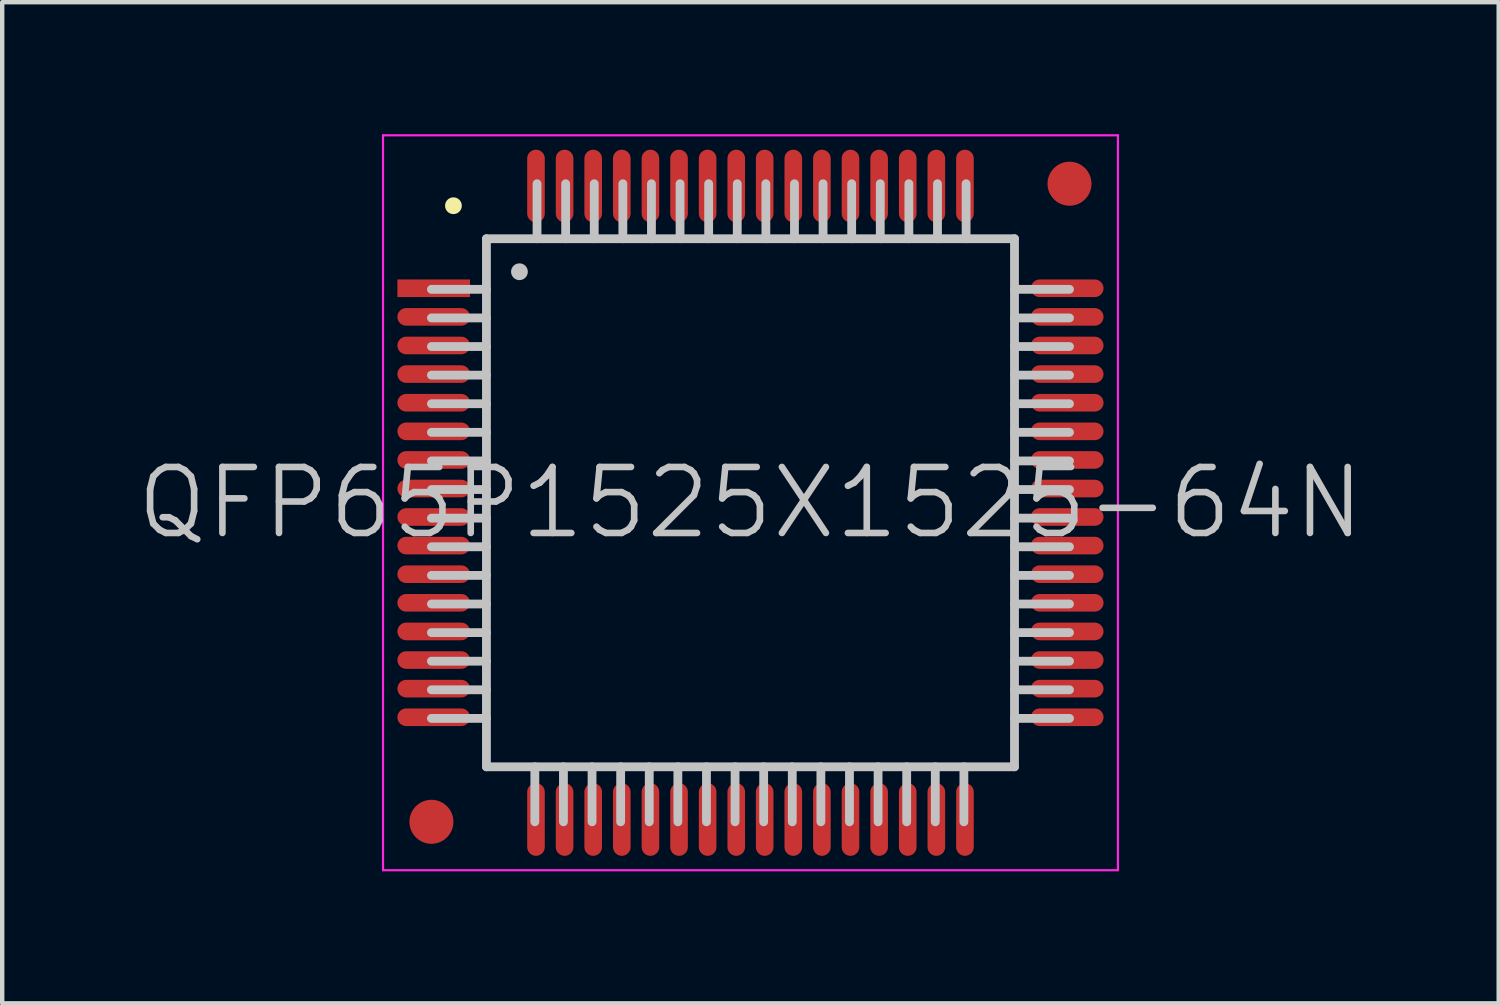
<source format=kicad_pcb>
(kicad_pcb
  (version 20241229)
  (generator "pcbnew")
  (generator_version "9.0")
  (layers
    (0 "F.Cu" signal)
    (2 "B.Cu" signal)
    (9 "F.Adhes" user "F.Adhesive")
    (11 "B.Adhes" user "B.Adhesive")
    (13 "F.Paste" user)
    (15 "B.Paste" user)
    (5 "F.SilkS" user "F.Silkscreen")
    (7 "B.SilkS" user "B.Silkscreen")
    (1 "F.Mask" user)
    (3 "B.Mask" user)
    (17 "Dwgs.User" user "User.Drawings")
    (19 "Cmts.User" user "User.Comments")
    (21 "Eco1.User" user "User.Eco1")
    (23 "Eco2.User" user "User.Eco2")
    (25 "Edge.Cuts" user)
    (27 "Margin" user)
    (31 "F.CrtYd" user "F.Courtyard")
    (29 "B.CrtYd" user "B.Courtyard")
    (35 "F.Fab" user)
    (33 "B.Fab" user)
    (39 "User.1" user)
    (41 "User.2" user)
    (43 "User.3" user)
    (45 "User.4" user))
  (footprint "QFP65P1525X1525-64N"
    (layer "F.Cu")
    (at 14.004 8.375)
    (property "Reference" "QFP65P1525X1525-64N" (at 0 0 0) (layer "Dwgs.User") (effects (font (size 1.5 1.5) (thickness 0.15))))
    (attr smd)
    (fp_line (start -6.75 -6.75) (end -6.75 -6.75) (stroke (width 0.381) (type solid)) (layer "F.SilkS"))
    (fp_line (start -6 -6) (end -6 6) (stroke (width 0.2) (type solid)) (layer "Dwgs.User"))
    (fp_line (start -6 -6) (end 6 -6) (stroke (width 0.2) (type solid)) (layer "Dwgs.User"))
    (fp_line (start -6 -4.85) (end -7.25 -4.85) (stroke (width 0.2) (type solid)) (layer "Dwgs.User"))
    (fp_line (start -6 -4.2) (end -7.25 -4.2) (stroke (width 0.2) (type solid)) (layer "Dwgs.User"))
    (fp_line (start -6 -3.55) (end -7.25 -3.55) (stroke (width 0.2) (type solid)) (layer "Dwgs.User"))
    (fp_line (start -6 -2.9) (end -7.25 -2.9) (stroke (width 0.2) (type solid)) (layer "Dwgs.User"))
    (fp_line (start -6 -2.25) (end -7.25 -2.25) (stroke (width 0.2) (type solid)) (layer "Dwgs.User"))
    (fp_line (start -6 -1.6) (end -7.25 -1.6) (stroke (width 0.2) (type solid)) (layer "Dwgs.User"))
    (fp_line (start -6 -0.95) (end -7.25 -0.95) (stroke (width 0.2) (type solid)) (layer "Dwgs.User"))
    (fp_line (start -6 -0.3) (end -7.25 -0.3) (stroke (width 0.2) (type solid)) (layer "Dwgs.User"))
    (fp_line (start -6 0.35) (end -7.25 0.35) (stroke (width 0.2) (type solid)) (layer "Dwgs.User"))
    (fp_line (start -6 1) (end -7.25 1) (stroke (width 0.2) (type solid)) (layer "Dwgs.User"))
    (fp_line (start -6 1.65) (end -7.25 1.65) (stroke (width 0.2) (type solid)) (layer "Dwgs.User"))
    (fp_line (start -6 2.3) (end -7.25 2.3) (stroke (width 0.2) (type solid)) (layer "Dwgs.User"))
    (fp_line (start -6 2.95) (end -7.25 2.95) (stroke (width 0.2) (type solid)) (layer "Dwgs.User"))
    (fp_line (start -6 3.6) (end -7.25 3.6) (stroke (width 0.2) (type solid)) (layer "Dwgs.User"))
    (fp_line (start -6 4.25) (end -7.25 4.25) (stroke (width 0.2) (type solid)) (layer "Dwgs.User"))
    (fp_line (start -6 4.9) (end -7.25 4.9) (stroke (width 0.2) (type solid)) (layer "Dwgs.User"))
    (fp_line (start -6 6) (end 6 6) (stroke (width 0.2) (type solid)) (layer "Dwgs.User"))
    (fp_line (start -5.25 -5.25) (end -5.25 -5.25) (stroke (width 0.381) (type solid)) (layer "Dwgs.User"))
    (fp_line (start -4.9 6) (end -4.9 7.25) (stroke (width 0.2) (type solid)) (layer "Dwgs.User"))
    (fp_line (start -4.85 -7.25) (end -4.85 -6) (stroke (width 0.2) (type solid)) (layer "Dwgs.User"))
    (fp_line (start -4.25 6) (end -4.25 7.25) (stroke (width 0.2) (type solid)) (layer "Dwgs.User"))
    (fp_line (start -4.2 -7.25) (end -4.2 -6) (stroke (width 0.2) (type solid)) (layer "Dwgs.User"))
    (fp_line (start -3.6 6) (end -3.6 7.25) (stroke (width 0.2) (type solid)) (layer "Dwgs.User"))
    (fp_line (start -3.55 -7.25) (end -3.55 -6) (stroke (width 0.2) (type solid)) (layer "Dwgs.User"))
    (fp_line (start -2.95 6) (end -2.95 7.25) (stroke (width 0.2) (type solid)) (layer "Dwgs.User"))
    (fp_line (start -2.9 -7.25) (end -2.9 -6) (stroke (width 0.2) (type solid)) (layer "Dwgs.User"))
    (fp_line (start -2.3 6) (end -2.3 7.25) (stroke (width 0.2) (type solid)) (layer "Dwgs.User"))
    (fp_line (start -2.25 -7.25) (end -2.25 -6) (stroke (width 0.2) (type solid)) (layer "Dwgs.User"))
    (fp_line (start -1.65 6) (end -1.65 7.25) (stroke (width 0.2) (type solid)) (layer "Dwgs.User"))
    (fp_line (start -1.6 -7.25) (end -1.6 -6) (stroke (width 0.2) (type solid)) (layer "Dwgs.User"))
    (fp_line (start -1 6) (end -1 7.25) (stroke (width 0.2) (type solid)) (layer "Dwgs.User"))
    (fp_line (start -0.95 -7.25) (end -0.95 -6) (stroke (width 0.2) (type solid)) (layer "Dwgs.User"))
    (fp_line (start -0.35 6) (end -0.35 7.25) (stroke (width 0.2) (type solid)) (layer "Dwgs.User"))
    (fp_line (start -0.3 -7.25) (end -0.3 -6) (stroke (width 0.2) (type solid)) (layer "Dwgs.User"))
    (fp_line (start 0.3 6) (end 0.3 7.25) (stroke (width 0.2) (type solid)) (layer "Dwgs.User"))
    (fp_line (start 0.35 -7.25) (end 0.35 -6) (stroke (width 0.2) (type solid)) (layer "Dwgs.User"))
    (fp_line (start 0.95 6) (end 0.95 7.25) (stroke (width 0.2) (type solid)) (layer "Dwgs.User"))
    (fp_line (start 1 -7.25) (end 1 -6) (stroke (width 0.2) (type solid)) (layer "Dwgs.User"))
    (fp_line (start 1.6 6) (end 1.6 7.25) (stroke (width 0.2) (type solid)) (layer "Dwgs.User"))
    (fp_line (start 1.65 -7.25) (end 1.65 -6) (stroke (width 0.2) (type solid)) (layer "Dwgs.User"))
    (fp_line (start 2.25 6) (end 2.25 7.25) (stroke (width 0.2) (type solid)) (layer "Dwgs.User"))
    (fp_line (start 2.3 -7.25) (end 2.3 -6) (stroke (width 0.2) (type solid)) (layer "Dwgs.User"))
    (fp_line (start 2.9 6) (end 2.9 7.25) (stroke (width 0.2) (type solid)) (layer "Dwgs.User"))
    (fp_line (start 2.95 -7.25) (end 2.95 -6) (stroke (width 0.2) (type solid)) (layer "Dwgs.User"))
    (fp_line (start 3.55 6) (end 3.55 7.25) (stroke (width 0.2) (type solid)) (layer "Dwgs.User"))
    (fp_line (start 3.6 -7.25) (end 3.6 -6) (stroke (width 0.2) (type solid)) (layer "Dwgs.User"))
    (fp_line (start 4.2 6) (end 4.2 7.25) (stroke (width 0.2) (type solid)) (layer "Dwgs.User"))
    (fp_line (start 4.25 -7.25) (end 4.25 -6) (stroke (width 0.2) (type solid)) (layer "Dwgs.User"))
    (fp_line (start 4.85 6) (end 4.85 7.25) (stroke (width 0.2) (type solid)) (layer "Dwgs.User"))
    (fp_line (start 4.9 -7.25) (end 4.9 -6) (stroke (width 0.2) (type solid)) (layer "Dwgs.User"))
    (fp_line (start 6 -6) (end 6 6) (stroke (width 0.2) (type solid)) (layer "Dwgs.User"))
    (fp_line (start 7.25 -4.85) (end 6 -4.85) (stroke (width 0.2) (type solid)) (layer "Dwgs.User"))
    (fp_line (start 7.25 -4.2) (end 6 -4.2) (stroke (width 0.2) (type solid)) (layer "Dwgs.User"))
    (fp_line (start 7.25 -3.55) (end 6 -3.55) (stroke (width 0.2) (type solid)) (layer "Dwgs.User"))
    (fp_line (start 7.25 -2.9) (end 6 -2.9) (stroke (width 0.2) (type solid)) (layer "Dwgs.User"))
    (fp_line (start 7.25 -2.25) (end 6 -2.25) (stroke (width 0.2) (type solid)) (layer "Dwgs.User"))
    (fp_line (start 7.25 -1.6) (end 6 -1.6) (stroke (width 0.2) (type solid)) (layer "Dwgs.User"))
    (fp_line (start 7.25 -0.95) (end 6 -0.95) (stroke (width 0.2) (type solid)) (layer "Dwgs.User"))
    (fp_line (start 7.25 -0.3) (end 6 -0.3) (stroke (width 0.2) (type solid)) (layer "Dwgs.User"))
    (fp_line (start 7.25 0.35) (end 6 0.35) (stroke (width 0.2) (type solid)) (layer "Dwgs.User"))
    (fp_line (start 7.25 1) (end 6 1) (stroke (width 0.2) (type solid)) (layer "Dwgs.User"))
    (fp_line (start 7.25 1.65) (end 6 1.65) (stroke (width 0.2) (type solid)) (layer "Dwgs.User"))
    (fp_line (start 7.25 2.3) (end 6 2.3) (stroke (width 0.2) (type solid)) (layer "Dwgs.User"))
    (fp_line (start 7.25 2.95) (end 6 2.95) (stroke (width 0.2) (type solid)) (layer "Dwgs.User"))
    (fp_line (start 7.25 3.6) (end 6 3.6) (stroke (width 0.2) (type solid)) (layer "Dwgs.User"))
    (fp_line (start 7.25 4.25) (end 6 4.25) (stroke (width 0.2) (type solid)) (layer "Dwgs.User"))
    (fp_line (start 7.25 4.9) (end 6 4.9) (stroke (width 0.2) (type solid)) (layer "Dwgs.User"))
    (fp_line (start -8.35 -8.35) (end -8.35 8.35) (stroke (width 0.05) (type solid)) (layer "F.CrtYd"))
    (fp_line (start -8.35 -8.35) (end 8.35 -8.35) (stroke (width 0.05) (type solid)) (layer "F.CrtYd"))
    (fp_line (start -8.35 8.35) (end 8.35 8.35) (stroke (width 0.05) (type solid)) (layer "F.CrtYd"))
    (fp_line (start 8.35 -8.35) (end 8.35 8.35) (stroke (width 0.05) (type solid)) (layer "F.CrtYd"))
    (pad "" smd circle (at -7.25 7.25) (size 1 1) (layers "F.Cu" "F.Mask"))
    (pad "" smd circle (at 7.25 -7.25) (size 1 1) (layers "F.Cu" "F.Mask"))
    (pad "1" smd rect (at -7.198 -4.874 90) (size 0.4 1.65) (layers "F.Cu" "F.Mask" "F.Paste"))
    (pad "2" smd oval (at -7.198 -4.224 90) (size 0.4 1.65) (layers "F.Cu" "F.Mask" "F.Paste"))
    (pad "3" smd oval (at -7.198 -3.574 90) (size 0.4 1.65) (layers "F.Cu" "F.Mask" "F.Paste"))
    (pad "4" smd oval (at -7.198 -2.924 90) (size 0.4 1.65) (layers "F.Cu" "F.Mask" "F.Paste"))
    (pad "5" smd oval (at -7.198 -2.273 90) (size 0.4 1.65) (layers "F.Cu" "F.Mask" "F.Paste"))
    (pad "6" smd oval (at -7.198 -1.623 90) (size 0.4 1.65) (layers "F.Cu" "F.Mask" "F.Paste"))
    (pad "7" smd oval (at -7.198 -0.973 90) (size 0.4 1.65) (layers "F.Cu" "F.Mask" "F.Paste"))
    (pad "8" smd oval (at -7.198 -0.323 90) (size 0.4 1.65) (layers "F.Cu" "F.Mask" "F.Paste"))
    (pad "9" smd oval (at -7.198 0.323 90) (size 0.4 1.65) (layers "F.Cu" "F.Mask" "F.Paste"))
    (pad "10" smd oval (at -7.198 0.973 90) (size 0.4 1.65) (layers "F.Cu" "F.Mask" "F.Paste"))
    (pad "11" smd oval (at -7.198 1.623 90) (size 0.4 1.65) (layers "F.Cu" "F.Mask" "F.Paste"))
    (pad "12" smd oval (at -7.198 2.273 90) (size 0.4 1.65) (layers "F.Cu" "F.Mask" "F.Paste"))
    (pad "13" smd oval (at -7.198 2.924 90) (size 0.4 1.65) (layers "F.Cu" "F.Mask" "F.Paste"))
    (pad "14" smd oval (at -7.198 3.574 90) (size 0.4 1.65) (layers "F.Cu" "F.Mask" "F.Paste"))
    (pad "15" smd oval (at -7.198 4.224 90) (size 0.4 1.65) (layers "F.Cu" "F.Mask" "F.Paste"))
    (pad "16" smd oval (at -7.198 4.874 90) (size 0.4 1.65) (layers "F.Cu" "F.Mask" "F.Paste"))
    (pad "17" smd oval (at -4.874 7.198 180) (size 0.4 1.65) (layers "F.Cu" "F.Mask" "F.Paste"))
    (pad "18" smd oval (at -4.224 7.198 180) (size 0.4 1.65) (layers "F.Cu" "F.Mask" "F.Paste"))
    (pad "19" smd oval (at -3.574 7.198 180) (size 0.4 1.65) (layers "F.Cu" "F.Mask" "F.Paste"))
    (pad "20" smd oval (at -2.924 7.198 180) (size 0.4 1.65) (layers "F.Cu" "F.Mask" "F.Paste"))
    (pad "21" smd oval (at -2.273 7.198 180) (size 0.4 1.65) (layers "F.Cu" "F.Mask" "F.Paste"))
    (pad "22" smd oval (at -1.623 7.198 180) (size 0.4 1.65) (layers "F.Cu" "F.Mask" "F.Paste"))
    (pad "23" smd oval (at -0.973 7.198 180) (size 0.4 1.65) (layers "F.Cu" "F.Mask" "F.Paste"))
    (pad "24" smd oval (at -0.323 7.198 180) (size 0.4 1.65) (layers "F.Cu" "F.Mask" "F.Paste"))
    (pad "25" smd oval (at 0.323 7.198 180) (size 0.4 1.65) (layers "F.Cu" "F.Mask" "F.Paste"))
    (pad "26" smd oval (at 0.973 7.198 180) (size 0.4 1.65) (layers "F.Cu" "F.Mask" "F.Paste"))
    (pad "27" smd oval (at 1.623 7.198 180) (size 0.4 1.65) (layers "F.Cu" "F.Mask" "F.Paste"))
    (pad "28" smd oval (at 2.273 7.198 180) (size 0.4 1.65) (layers "F.Cu" "F.Mask" "F.Paste"))
    (pad "29" smd oval (at 2.924 7.198 180) (size 0.4 1.65) (layers "F.Cu" "F.Mask" "F.Paste"))
    (pad "30" smd oval (at 3.574 7.198 180) (size 0.4 1.65) (layers "F.Cu" "F.Mask" "F.Paste"))
    (pad "31" smd oval (at 4.224 7.198 180) (size 0.4 1.65) (layers "F.Cu" "F.Mask" "F.Paste"))
    (pad "32" smd oval (at 4.874 7.198 180) (size 0.4 1.65) (layers "F.Cu" "F.Mask" "F.Paste"))
    (pad "33" smd oval (at 7.198 4.874 270) (size 0.4 1.65) (layers "F.Cu" "F.Mask" "F.Paste"))
    (pad "34" smd oval (at 7.198 4.224 270) (size 0.4 1.65) (layers "F.Cu" "F.Mask" "F.Paste"))
    (pad "35" smd oval (at 7.198 3.574 270) (size 0.4 1.65) (layers "F.Cu" "F.Mask" "F.Paste"))
    (pad "36" smd oval (at 7.198 2.924 270) (size 0.4 1.65) (layers "F.Cu" "F.Mask" "F.Paste"))
    (pad "37" smd oval (at 7.198 2.273 270) (size 0.4 1.65) (layers "F.Cu" "F.Mask" "F.Paste"))
    (pad "38" smd oval (at 7.198 1.623 270) (size 0.4 1.65) (layers "F.Cu" "F.Mask" "F.Paste"))
    (pad "39" smd oval (at 7.198 0.973 270) (size 0.4 1.65) (layers "F.Cu" "F.Mask" "F.Paste"))
    (pad "40" smd oval (at 7.198 0.323 270) (size 0.4 1.65) (layers "F.Cu" "F.Mask" "F.Paste"))
    (pad "41" smd oval (at 7.198 -0.323 270) (size 0.4 1.65) (layers "F.Cu" "F.Mask" "F.Paste"))
    (pad "42" smd oval (at 7.198 -0.973 270) (size 0.4 1.65) (layers "F.Cu" "F.Mask" "F.Paste"))
    (pad "43" smd oval (at 7.198 -1.623 270) (size 0.4 1.65) (layers "F.Cu" "F.Mask" "F.Paste"))
    (pad "44" smd oval (at 7.198 -2.273 270) (size 0.4 1.65) (layers "F.Cu" "F.Mask" "F.Paste"))
    (pad "45" smd oval (at 7.198 -2.924 270) (size 0.4 1.65) (layers "F.Cu" "F.Mask" "F.Paste"))
    (pad "46" smd oval (at 7.198 -3.574 270) (size 0.4 1.65) (layers "F.Cu" "F.Mask" "F.Paste"))
    (pad "47" smd oval (at 7.198 -4.224 270) (size 0.4 1.65) (layers "F.Cu" "F.Mask" "F.Paste"))
    (pad "48" smd oval (at 7.198 -4.874 270) (size 0.4 1.65) (layers "F.Cu" "F.Mask" "F.Paste"))
    (pad "49" smd oval (at 4.874 -7.198) (size 0.4 1.65) (layers "F.Cu" "F.Mask" "F.Paste"))
    (pad "50" smd oval (at 4.224 -7.198) (size 0.4 1.65) (layers "F.Cu" "F.Mask" "F.Paste"))
    (pad "51" smd oval (at 3.574 -7.198) (size 0.4 1.65) (layers "F.Cu" "F.Mask" "F.Paste"))
    (pad "52" smd oval (at 2.924 -7.198) (size 0.4 1.65) (layers "F.Cu" "F.Mask" "F.Paste"))
    (pad "53" smd oval (at 2.273 -7.198) (size 0.4 1.65) (layers "F.Cu" "F.Mask" "F.Paste"))
    (pad "54" smd oval (at 1.623 -7.198) (size 0.4 1.65) (layers "F.Cu" "F.Mask" "F.Paste"))
    (pad "55" smd oval (at 0.973 -7.198) (size 0.4 1.65) (layers "F.Cu" "F.Mask" "F.Paste"))
    (pad "56" smd oval (at 0.323 -7.198) (size 0.4 1.65) (layers "F.Cu" "F.Mask" "F.Paste"))
    (pad "57" smd oval (at -0.323 -7.198) (size 0.4 1.65) (layers "F.Cu" "F.Mask" "F.Paste"))
    (pad "58" smd oval (at -0.973 -7.198) (size 0.4 1.65) (layers "F.Cu" "F.Mask" "F.Paste"))
    (pad "59" smd oval (at -1.623 -7.198) (size 0.4 1.65) (layers "F.Cu" "F.Mask" "F.Paste"))
    (pad "60" smd oval (at -2.273 -7.198) (size 0.4 1.65) (layers "F.Cu" "F.Mask" "F.Paste"))
    (pad "61" smd oval (at -2.924 -7.198) (size 0.4 1.65) (layers "F.Cu" "F.Mask" "F.Paste"))
    (pad "62" smd oval (at -3.574 -7.198) (size 0.4 1.65) (layers "F.Cu" "F.Mask" "F.Paste"))
    (pad "63" smd oval (at -4.224 -7.198) (size 0.4 1.65) (layers "F.Cu" "F.Mask" "F.Paste"))
    (pad "64" smd oval (at -4.874 -7.198) (size 0.4 1.65) (layers "F.Cu" "F.Mask" "F.Paste")))
  (gr_rect
    (start -3 -3)
    (end 31.007 19.75)
    (stroke (width 0.1) (type default))
    (fill no)
    (layer "Edge.Cuts")))
</source>
